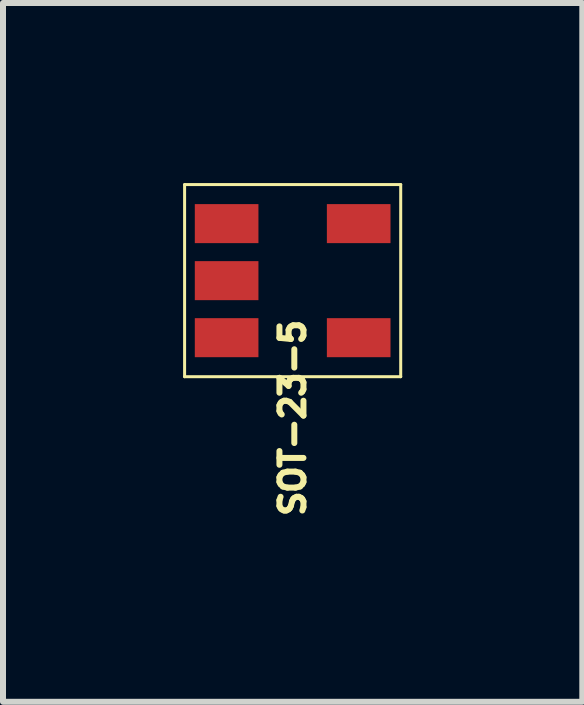
<source format=kicad_pcb>
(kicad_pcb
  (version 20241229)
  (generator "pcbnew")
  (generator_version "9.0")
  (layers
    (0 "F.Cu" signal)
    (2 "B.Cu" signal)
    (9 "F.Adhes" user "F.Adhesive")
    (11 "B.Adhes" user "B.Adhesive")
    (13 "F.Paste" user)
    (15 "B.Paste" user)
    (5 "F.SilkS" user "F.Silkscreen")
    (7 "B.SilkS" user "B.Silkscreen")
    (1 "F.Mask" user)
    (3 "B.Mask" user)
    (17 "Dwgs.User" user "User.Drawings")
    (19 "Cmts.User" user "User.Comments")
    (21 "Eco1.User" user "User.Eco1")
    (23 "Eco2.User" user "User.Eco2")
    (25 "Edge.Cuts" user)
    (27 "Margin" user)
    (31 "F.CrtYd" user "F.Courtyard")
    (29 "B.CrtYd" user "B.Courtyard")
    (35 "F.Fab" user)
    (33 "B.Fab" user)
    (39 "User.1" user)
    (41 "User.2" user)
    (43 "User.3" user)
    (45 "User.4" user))
  (footprint "SOT-23-5"
    (layer "F.Cu")
    (at 1.825 1.625)
    (property "Reference" "SOT-23-5" (at 0 2.286 90) (layer "F.SilkS") (effects (font (size 0.4 0.4) (thickness 0.1))))
    (attr smd)
    (fp_line (start -1.8 -1.6) (end 1.8 -1.6) (stroke (width 0.05) (type solid)) (layer "F.SilkS"))
    (fp_line (start -1.8 1.6) (end -1.8 -1.6) (stroke (width 0.05) (type solid)) (layer "F.SilkS"))
    (fp_line (start 1.8 -1.6) (end 1.8 1.6) (stroke (width 0.05) (type solid)) (layer "F.SilkS"))
    (fp_line (start 1.8 1.6) (end -1.8 1.6) (stroke (width 0.05) (type solid)) (layer "F.SilkS"))
    (pad "1" smd rect (at -1.1 -0.95) (size 1.06 0.65) (layers "F.Cu" "F.Mask" "F.Paste"))
    (pad "2" smd rect (at -1.1 0) (size 1.06 0.65) (layers "F.Cu" "F.Mask" "F.Paste"))
    (pad "3" smd rect (at -1.1 0.95) (size 1.06 0.65) (layers "F.Cu" "F.Mask" "F.Paste"))
    (pad "4" smd rect (at 1.1 0.95) (size 1.06 0.65) (layers "F.Cu" "F.Mask" "F.Paste"))
    (pad "5" smd rect (at 1.1 -0.95) (size 1.06 0.65) (layers "F.Cu" "F.Mask" "F.Paste")))
  (gr_rect
    (start -3 -3)
    (end 6.65 8.64)
    (stroke (width 0.1) (type default))
    (fill no)
    (layer "Edge.Cuts")))
</source>
